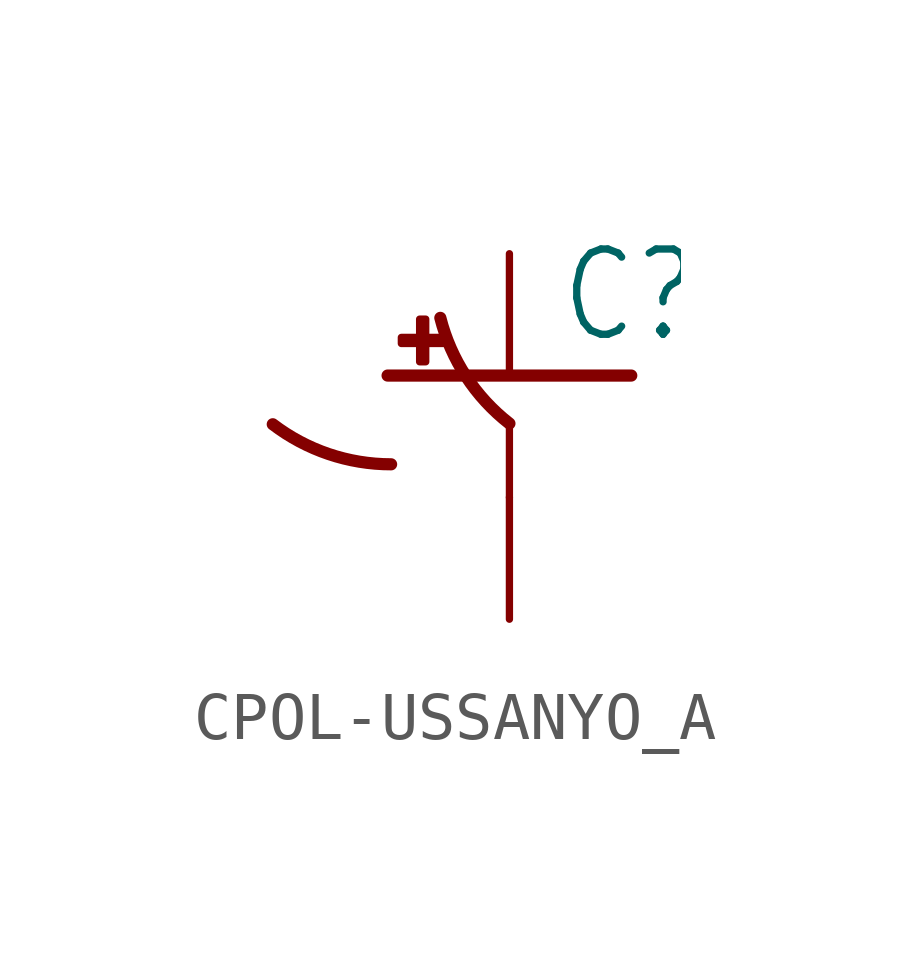
<source format=kicad_sym>
(kicad_symbol_lib
  (version 20241209)
  (generator "kicad_symbol_editor")
  (generator_version "9.0")
  (symbol "CPOL-USSANYO_A"
    (property "Reference" "C"
      (at 1.016 0.635 0)
      (effects (font (size 1.778 1.511)) (justify left bottom)))
    (property "Value" ""
      (at 1.016 -4.191 0)
      (effects (font (size 1.778 1.511)) (justify left bottom)))
    (property "ki_locked" ""
      (at 0 0 0)
      (effects (font (size 1.27 1.27))))
    (symbol "CPOL-USSANYO_A_1_0"
      (polyline (pts (xy -2.54 0) (xy 2.54 0)) (stroke (width 0.254) (type solid)) (fill (type none)))
      (arc (start -2.4669 -1.8504) (mid -3.7689 -1.6361) (end -4.9337 -1.0159) (stroke (width 0.254) (type solid)) (fill (type none)))
      (rectangle (start -2.253 0.668) (end -1.364 0.795) (stroke (width 0) (type default)) (fill (type outline)))
      (rectangle (start -1.872 0.287) (end -1.745 1.176) (stroke (width 0) (type default)) (fill (type outline)))
      (polyline (pts (xy 0 -1.016) (xy 0 -2.54)) (stroke (width 0.152) (type solid)) (fill (type none)))
      (arc (start 0 -1) (mid -0.9038 -0.0189) (end -1.4403 1.2025) (stroke (width 0.254) (type solid)) (fill (type none)))
      (pin passive line (at 0 2.54 270) (length 2.54) (name "+" (effects (font (size 0 0)))) (number "+" (effects (font (size 0 0)))))
      (pin passive line (at 0 -5.08 90) (length 2.54) (name "-" (effects (font (size 0 0)))) (number "-" (effects (font (size 0 0))))))))
</source>
